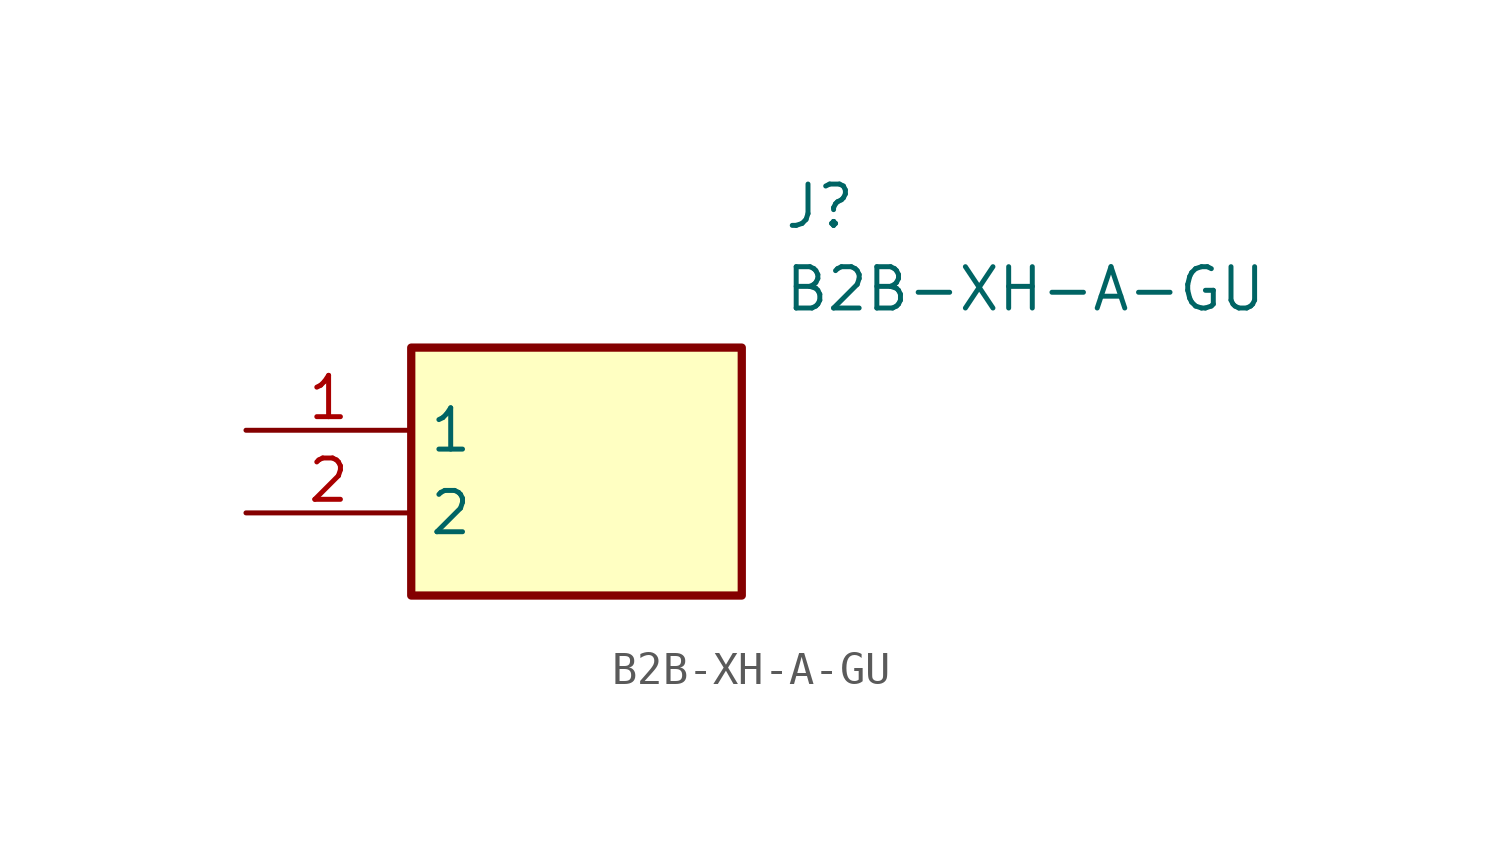
<source format=kicad_sym>
(kicad_symbol_lib
  (version 20211014)
  (generator SamacSys_ECAD_Model)
  (symbol "B2B-XH-A-GU"
    (property "Reference" "J"
      (at 16.51 7.62 0)
      (effects (font (size 1.27 1.27)) (justify left top)))
    (property "Value" "B2B-XH-A-GU"
      (at 16.51 5.08 0)
      (effects (font (size 1.27 1.27)) (justify left top)))
    (rectangle
      (start 5.08 2.54)
      (end 15.24 -5.08)
      (stroke (width 0.254) (type default))
      (fill (type background)))
    (pin passive line
      (at 0 0 0)
      (length 5.08)
      (name "1" (effects (font (size 1.27 1.27))))
      (number "1" (effects (font (size 1.27 1.27)))))
    (pin passive line
      (at 0 -2.54 0)
      (length 5.08)
      (name "2" (effects (font (size 1.27 1.27))))
      (number "2" (effects (font (size 1.27 1.27)))))))
</source>
